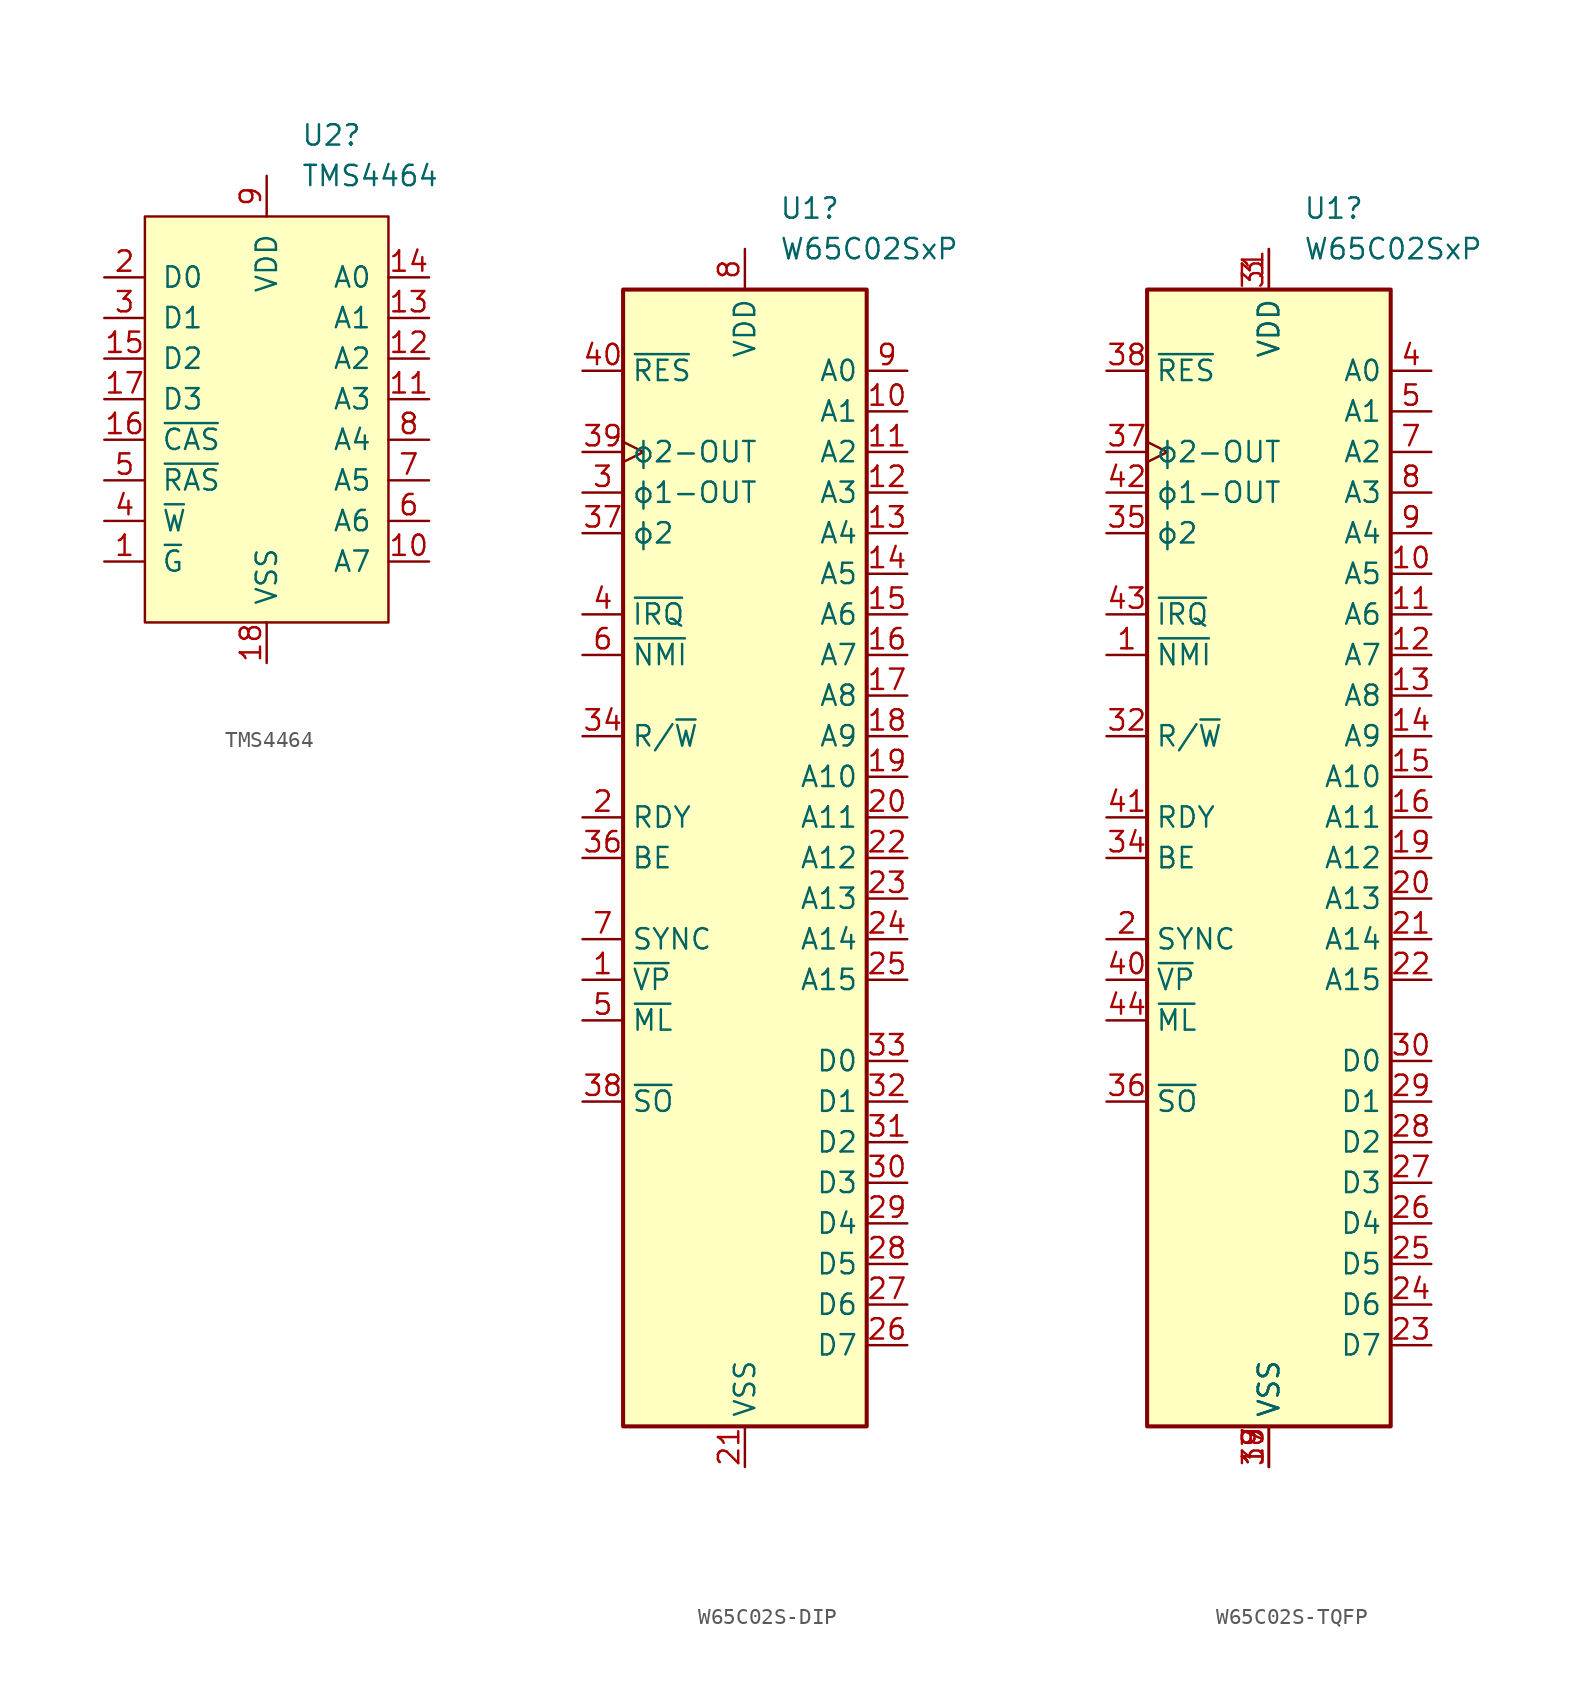
<source format=kicad_sym>
(kicad_symbol_lib
  (version 20241209)
  (generator "kicad_symbol_editor")
  (generator_version "9.0")
  (symbol "TMS4464"
    (pin_names
      (offset 1.016))
    (property "Reference" "U2"
      (at 2.143 17.78 0)
      (effects (font (size 1.27 1.27)) (justify left)))
    (property "Value" "TMS4464"
      (at 2.143 15.24 0)
      (effects (font (size 1.27 1.27)) (justify left)))
    (property "Mouser" ""
      (at 0 0 0)
      (effects (font (size 1.27 1.27))))
    (symbol "TMS4464_0_1"
      (rectangle (start -7.62 12.7) (end 7.62 -12.7) (stroke (width 0) (type default)) (fill (type background))))
    (symbol "TMS4464_1_1"
      (pin tri_state line (at -10.16 8.89 0) (length 2.54) (name "D0" (effects (font (size 1.27 1.27)))) (number "2" (effects (font (size 1.27 1.27)))))
      (pin tri_state line (at -10.16 6.35 0) (length 2.54) (name "D1" (effects (font (size 1.27 1.27)))) (number "3" (effects (font (size 1.27 1.27)))))
      (pin tri_state line (at -10.16 3.81 0) (length 2.54) (name "D2" (effects (font (size 1.27 1.27)))) (number "15" (effects (font (size 1.27 1.27)))))
      (pin tri_state line (at -10.16 1.27 0) (length 2.54) (name "D3" (effects (font (size 1.27 1.27)))) (number "17" (effects (font (size 1.27 1.27)))))
      (pin input line (at -10.16 -1.27 0) (length 2.54) (name "~{CAS}" (effects (font (size 1.27 1.27)))) (number "16" (effects (font (size 1.27 1.27)))))
      (pin input line (at -10.16 -3.81 0) (length 2.54) (name "~{RAS}" (effects (font (size 1.27 1.27)))) (number "5" (effects (font (size 1.27 1.27)))))
      (pin input line (at -10.16 -6.35 0) (length 2.54) (name "~{W}" (effects (font (size 1.27 1.27)))) (number "4" (effects (font (size 1.27 1.27)))))
      (pin input line (at -10.16 -8.89 0) (length 2.54) (name "~{G}" (effects (font (size 1.27 1.27)))) (number "1" (effects (font (size 1.27 1.27)))))
      (pin power_in line (at 0 15.24 270) (length 2.54) (name "VDD" (effects (font (size 1.27 1.27)))) (number "9" (effects (font (size 1.27 1.27)))))
      (pin power_in line (at 0 -15.24 90) (length 2.54) (name "VSS" (effects (font (size 1.27 1.27)))) (number "18" (effects (font (size 1.27 1.27)))))
      (pin input line (at 10.16 8.89 180) (length 2.54) (name "A0" (effects (font (size 1.27 1.27)))) (number "14" (effects (font (size 1.27 1.27)))))
      (pin input line (at 10.16 6.35 180) (length 2.54) (name "A1" (effects (font (size 1.27 1.27)))) (number "13" (effects (font (size 1.27 1.27)))))
      (pin input line (at 10.16 3.81 180) (length 2.54) (name "A2" (effects (font (size 1.27 1.27)))) (number "12" (effects (font (size 1.27 1.27)))))
      (pin input line (at 10.16 1.27 180) (length 2.54) (name "A3" (effects (font (size 1.27 1.27)))) (number "11" (effects (font (size 1.27 1.27)))))
      (pin input line (at 10.16 -1.27 180) (length 2.54) (name "A4" (effects (font (size 1.27 1.27)))) (number "8" (effects (font (size 1.27 1.27)))))
      (pin input line (at 10.16 -3.81 180) (length 2.54) (name "A5" (effects (font (size 1.27 1.27)))) (number "7" (effects (font (size 1.27 1.27)))))
      (pin input line (at 10.16 -6.35 180) (length 2.54) (name "A6" (effects (font (size 1.27 1.27)))) (number "6" (effects (font (size 1.27 1.27)))))
      (pin input line (at 10.16 -8.89 180) (length 2.54) (name "A7" (effects (font (size 1.27 1.27)))) (number "10" (effects (font (size 1.27 1.27)))))))
  (symbol "W65C02S-DIP"
    (property "Reference" "U1"
      (at 2.143 40.64 0)
      (effects (font (size 1.27 1.27)) (justify left)))
    (property "Value" "W65C02SxP"
      (at 2.143 38.1 0)
      (effects (font (size 1.27 1.27)) (justify left)))
    (symbol "W65C02S-DIP_0_1"
      (rectangle (start -7.62 35.56) (end 7.62 -35.56) (stroke (width 0.254) (type default)) (fill (type background))))
    (symbol "W65C02S-DIP_1_0"
      (pin output line (at -10.16 22.86 0) (length 2.54) (name "ϕ1-OUT" (effects (font (size 1.27 1.27)))) (number "3" (effects (font (size 1.27 1.27)))))
      (pin input line (at -10.16 15.24 0) (length 2.54) (name "~{IRQ}" (effects (font (size 1.27 1.27)))) (number "4" (effects (font (size 1.27 1.27)))))
      (pin output line (at -10.16 2.54 0) (length 2.54) (name "RDY" (effects (font (size 1.27 1.27)))) (number "2" (effects (font (size 1.27 1.27)))))
      (pin output line (at -10.16 -7.62 0) (length 2.54) (name "~{VP}" (effects (font (size 1.27 1.27)))) (number "1" (effects (font (size 1.27 1.27)))))
      (pin output line (at -10.16 -10.16 0) (length 2.54) (name "~{ML}" (effects (font (size 1.27 1.27)))) (number "5" (effects (font (size 1.27 1.27)))))
      (pin no_connect line (at -7.62 -27.94 0) (length 2.54) (hide yes) (name "NC" (effects (font (size 1.27 1.27)))) (number "35" (effects (font (size 1.27 1.27))))))
    (symbol "W65C02S-DIP_1_1"
      (pin input line (at -10.16 30.48 0) (length 2.54) (name "~{RES}" (effects (font (size 1.27 1.27)))) (number "40" (effects (font (size 1.27 1.27)))))
      (pin output clock (at -10.16 25.4 0) (length 2.54) (name "ϕ2-OUT" (effects (font (size 1.27 1.27)))) (number "39" (effects (font (size 1.27 1.27)))))
      (pin input line (at -10.16 20.32 0) (length 2.54) (name "ϕ2" (effects (font (size 1.27 1.27)))) (number "37" (effects (font (size 1.27 1.27)))))
      (pin input line (at -10.16 12.7 0) (length 2.54) (name "~{NMI}" (effects (font (size 1.27 1.27)))) (number "6" (effects (font (size 1.27 1.27)))))
      (pin tri_state line (at -10.16 7.62 0) (length 2.54) (name "R/~{W}" (effects (font (size 1.27 1.27)))) (number "34" (effects (font (size 1.27 1.27)))))
      (pin input line (at -10.16 0 0) (length 2.54) (name "BE" (effects (font (size 1.27 1.27)))) (number "36" (effects (font (size 1.27 1.27)))))
      (pin output line (at -10.16 -5.08 0) (length 2.54) (name "SYNC" (effects (font (size 1.27 1.27)))) (number "7" (effects (font (size 1.27 1.27)))))
      (pin input line (at -10.16 -15.24 0) (length 2.54) (name "~{SO}" (effects (font (size 1.27 1.27)))) (number "38" (effects (font (size 1.27 1.27)))))
      (pin power_in line (at 0 38.1 270) (length 2.54) (name "VDD" (effects (font (size 1.27 1.27)))) (number "8" (effects (font (size 1.27 1.27)))))
      (pin power_in line (at 0 -38.1 90) (length 2.54) (name "VSS" (effects (font (size 1.27 1.27)))) (number "21" (effects (font (size 1.27 1.27)))))
      (pin tri_state line (at 10.16 30.48 180) (length 2.54) (name "A0" (effects (font (size 1.27 1.27)))) (number "9" (effects (font (size 1.27 1.27)))))
      (pin tri_state line (at 10.16 27.94 180) (length 2.54) (name "A1" (effects (font (size 1.27 1.27)))) (number "10" (effects (font (size 1.27 1.27)))))
      (pin tri_state line (at 10.16 25.4 180) (length 2.54) (name "A2" (effects (font (size 1.27 1.27)))) (number "11" (effects (font (size 1.27 1.27)))))
      (pin tri_state line (at 10.16 22.86 180) (length 2.54) (name "A3" (effects (font (size 1.27 1.27)))) (number "12" (effects (font (size 1.27 1.27)))))
      (pin tri_state line (at 10.16 20.32 180) (length 2.54) (name "A4" (effects (font (size 1.27 1.27)))) (number "13" (effects (font (size 1.27 1.27)))))
      (pin tri_state line (at 10.16 17.78 180) (length 2.54) (name "A5" (effects (font (size 1.27 1.27)))) (number "14" (effects (font (size 1.27 1.27)))))
      (pin tri_state line (at 10.16 15.24 180) (length 2.54) (name "A6" (effects (font (size 1.27 1.27)))) (number "15" (effects (font (size 1.27 1.27)))))
      (pin tri_state line (at 10.16 12.7 180) (length 2.54) (name "A7" (effects (font (size 1.27 1.27)))) (number "16" (effects (font (size 1.27 1.27)))))
      (pin tri_state line (at 10.16 10.16 180) (length 2.54) (name "A8" (effects (font (size 1.27 1.27)))) (number "17" (effects (font (size 1.27 1.27)))))
      (pin tri_state line (at 10.16 7.62 180) (length 2.54) (name "A9" (effects (font (size 1.27 1.27)))) (number "18" (effects (font (size 1.27 1.27)))))
      (pin tri_state line (at 10.16 5.08 180) (length 2.54) (name "A10" (effects (font (size 1.27 1.27)))) (number "19" (effects (font (size 1.27 1.27)))))
      (pin tri_state line (at 10.16 2.54 180) (length 2.54) (name "A11" (effects (font (size 1.27 1.27)))) (number "20" (effects (font (size 1.27 1.27)))))
      (pin tri_state line (at 10.16 0 180) (length 2.54) (name "A12" (effects (font (size 1.27 1.27)))) (number "22" (effects (font (size 1.27 1.27)))))
      (pin tri_state line (at 10.16 -2.54 180) (length 2.54) (name "A13" (effects (font (size 1.27 1.27)))) (number "23" (effects (font (size 1.27 1.27)))))
      (pin tri_state line (at 10.16 -5.08 180) (length 2.54) (name "A14" (effects (font (size 1.27 1.27)))) (number "24" (effects (font (size 1.27 1.27)))))
      (pin tri_state line (at 10.16 -7.62 180) (length 2.54) (name "A15" (effects (font (size 1.27 1.27)))) (number "25" (effects (font (size 1.27 1.27)))))
      (pin bidirectional line (at 10.16 -12.7 180) (length 2.54) (name "D0" (effects (font (size 1.27 1.27)))) (number "33" (effects (font (size 1.27 1.27)))))
      (pin bidirectional line (at 10.16 -15.24 180) (length 2.54) (name "D1" (effects (font (size 1.27 1.27)))) (number "32" (effects (font (size 1.27 1.27)))))
      (pin bidirectional line (at 10.16 -17.78 180) (length 2.54) (name "D2" (effects (font (size 1.27 1.27)))) (number "31" (effects (font (size 1.27 1.27)))))
      (pin bidirectional line (at 10.16 -20.32 180) (length 2.54) (name "D3" (effects (font (size 1.27 1.27)))) (number "30" (effects (font (size 1.27 1.27)))))
      (pin bidirectional line (at 10.16 -22.86 180) (length 2.54) (name "D4" (effects (font (size 1.27 1.27)))) (number "29" (effects (font (size 1.27 1.27)))))
      (pin bidirectional line (at 10.16 -25.4 180) (length 2.54) (name "D5" (effects (font (size 1.27 1.27)))) (number "28" (effects (font (size 1.27 1.27)))))
      (pin bidirectional line (at 10.16 -27.94 180) (length 2.54) (name "D6" (effects (font (size 1.27 1.27)))) (number "27" (effects (font (size 1.27 1.27)))))
      (pin bidirectional line (at 10.16 -30.48 180) (length 2.54) (name "D7" (effects (font (size 1.27 1.27)))) (number "26" (effects (font (size 1.27 1.27)))))))
  (symbol "W65C02S-TQFP"
    (property "Reference" "U1"
      (at 2.143 40.64 0)
      (effects (font (size 1.27 1.27)) (justify left)))
    (property "Value" "W65C02SxP"
      (at 2.143 38.1 0)
      (effects (font (size 1.27 1.27)) (justify left)))
    (symbol "W65C02S-TQFP_0_1"
      (rectangle (start -7.62 35.56) (end 7.62 -35.56) (stroke (width 0.254) (type default)) (fill (type background))))
    (symbol "W65C02S-TQFP_1_0"
      (pin no_connect line (at -7.62 -27.94 0) (length 2.54) (hide yes) (name "NC" (effects (font (size 1.27 1.27)))) (number "6" (effects (font (size 1.27 1.27)))))
      (pin power_in line (at 0 38.1 270) (length 2.54) (name "VDD" (effects (font (size 1.27 1.27)))) (number "31" (effects (font (size 1.27 1.27)))))
      (pin power_in line (at 0 -38.1 90) (length 2.54) (name "VSS" (effects (font (size 1.27 1.27)))) (number "18" (effects (font (size 1.27 1.27)))))
      (pin power_in line (at 0 -38.1 90) (length 2.54) (name "VSS" (effects (font (size 1.27 1.27)))) (number "39" (effects (font (size 1.27 1.27))))))
    (symbol "W65C02S-TQFP_1_1"
      (pin input line (at -10.16 30.48 0) (length 2.54) (name "~{RES}" (effects (font (size 1.27 1.27)))) (number "38" (effects (font (size 1.27 1.27)))))
      (pin output clock (at -10.16 25.4 0) (length 2.54) (name "ϕ2-OUT" (effects (font (size 1.27 1.27)))) (number "37" (effects (font (size 1.27 1.27)))))
      (pin output line (at -10.16 22.86 0) (length 2.54) (name "ϕ1-OUT" (effects (font (size 1.27 1.27)))) (number "42" (effects (font (size 1.27 1.27)))))
      (pin input line (at -10.16 20.32 0) (length 2.54) (name "ϕ2" (effects (font (size 1.27 1.27)))) (number "35" (effects (font (size 1.27 1.27)))))
      (pin input line (at -10.16 15.24 0) (length 2.54) (name "~{IRQ}" (effects (font (size 1.27 1.27)))) (number "43" (effects (font (size 1.27 1.27)))))
      (pin input line (at -10.16 12.7 0) (length 2.54) (name "~{NMI}" (effects (font (size 1.27 1.27)))) (number "1" (effects (font (size 1.27 1.27)))))
      (pin tri_state line (at -10.16 7.62 0) (length 2.54) (name "R/~{W}" (effects (font (size 1.27 1.27)))) (number "32" (effects (font (size 1.27 1.27)))))
      (pin open_collector line (at -10.16 2.54 0) (length 2.54) (name "RDY" (effects (font (size 1.27 1.27)))) (number "41" (effects (font (size 1.27 1.27)))))
      (pin input line (at -10.16 0 0) (length 2.54) (name "BE" (effects (font (size 1.27 1.27)))) (number "34" (effects (font (size 1.27 1.27)))))
      (pin output line (at -10.16 -5.08 0) (length 2.54) (name "SYNC" (effects (font (size 1.27 1.27)))) (number "2" (effects (font (size 1.27 1.27)))))
      (pin output line (at -10.16 -7.62 0) (length 2.54) (name "~{VP}" (effects (font (size 1.27 1.27)))) (number "40" (effects (font (size 1.27 1.27)))))
      (pin output line (at -10.16 -10.16 0) (length 2.54) (name "~{ML}" (effects (font (size 1.27 1.27)))) (number "44" (effects (font (size 1.27 1.27)))))
      (pin input line (at -10.16 -15.24 0) (length 2.54) (name "~{SO}" (effects (font (size 1.27 1.27)))) (number "36" (effects (font (size 1.27 1.27)))))
      (pin no_connect non_logic (at -7.62 -30.48 0) (length 2.54) (hide yes) (name "NC" (effects (font (size 1.27 1.27)))) (number "33" (effects (font (size 1.27 1.27)))))
      (pin power_in line (at 0 38.1 270) (length 2.54) (name "VDD" (effects (font (size 1.27 1.27)))) (number "3" (effects (font (size 1.27 1.27)))))
      (pin power_in line (at 0 -38.1 90) (length 2.54) (name "VSS" (effects (font (size 1.27 1.27)))) (number "17" (effects (font (size 1.27 1.27)))))
      (pin tri_state line (at 10.16 30.48 180) (length 2.54) (name "A0" (effects (font (size 1.27 1.27)))) (number "4" (effects (font (size 1.27 1.27)))))
      (pin tri_state line (at 10.16 27.94 180) (length 2.54) (name "A1" (effects (font (size 1.27 1.27)))) (number "5" (effects (font (size 1.27 1.27)))))
      (pin tri_state line (at 10.16 25.4 180) (length 2.54) (name "A2" (effects (font (size 1.27 1.27)))) (number "7" (effects (font (size 1.27 1.27)))))
      (pin tri_state line (at 10.16 22.86 180) (length 2.54) (name "A3" (effects (font (size 1.27 1.27)))) (number "8" (effects (font (size 1.27 1.27)))))
      (pin tri_state line (at 10.16 20.32 180) (length 2.54) (name "A4" (effects (font (size 1.27 1.27)))) (number "9" (effects (font (size 1.27 1.27)))))
      (pin tri_state line (at 10.16 17.78 180) (length 2.54) (name "A5" (effects (font (size 1.27 1.27)))) (number "10" (effects (font (size 1.27 1.27)))))
      (pin tri_state line (at 10.16 15.24 180) (length 2.54) (name "A6" (effects (font (size 1.27 1.27)))) (number "11" (effects (font (size 1.27 1.27)))))
      (pin tri_state line (at 10.16 12.7 180) (length 2.54) (name "A7" (effects (font (size 1.27 1.27)))) (number "12" (effects (font (size 1.27 1.27)))))
      (pin tri_state line (at 10.16 10.16 180) (length 2.54) (name "A8" (effects (font (size 1.27 1.27)))) (number "13" (effects (font (size 1.27 1.27)))))
      (pin tri_state line (at 10.16 7.62 180) (length 2.54) (name "A9" (effects (font (size 1.27 1.27)))) (number "14" (effects (font (size 1.27 1.27)))))
      (pin tri_state line (at 10.16 5.08 180) (length 2.54) (name "A10" (effects (font (size 1.27 1.27)))) (number "15" (effects (font (size 1.27 1.27)))))
      (pin tri_state line (at 10.16 2.54 180) (length 2.54) (name "A11" (effects (font (size 1.27 1.27)))) (number "16" (effects (font (size 1.27 1.27)))))
      (pin tri_state line (at 10.16 0 180) (length 2.54) (name "A12" (effects (font (size 1.27 1.27)))) (number "19" (effects (font (size 1.27 1.27)))))
      (pin tri_state line (at 10.16 -2.54 180) (length 2.54) (name "A13" (effects (font (size 1.27 1.27)))) (number "20" (effects (font (size 1.27 1.27)))))
      (pin tri_state line (at 10.16 -5.08 180) (length 2.54) (name "A14" (effects (font (size 1.27 1.27)))) (number "21" (effects (font (size 1.27 1.27)))))
      (pin tri_state line (at 10.16 -7.62 180) (length 2.54) (name "A15" (effects (font (size 1.27 1.27)))) (number "22" (effects (font (size 1.27 1.27)))))
      (pin bidirectional line (at 10.16 -12.7 180) (length 2.54) (name "D0" (effects (font (size 1.27 1.27)))) (number "30" (effects (font (size 1.27 1.27)))))
      (pin bidirectional line (at 10.16 -15.24 180) (length 2.54) (name "D1" (effects (font (size 1.27 1.27)))) (number "29" (effects (font (size 1.27 1.27)))))
      (pin bidirectional line (at 10.16 -17.78 180) (length 2.54) (name "D2" (effects (font (size 1.27 1.27)))) (number "28" (effects (font (size 1.27 1.27)))))
      (pin bidirectional line (at 10.16 -20.32 180) (length 2.54) (name "D3" (effects (font (size 1.27 1.27)))) (number "27" (effects (font (size 1.27 1.27)))))
      (pin bidirectional line (at 10.16 -22.86 180) (length 2.54) (name "D4" (effects (font (size 1.27 1.27)))) (number "26" (effects (font (size 1.27 1.27)))))
      (pin bidirectional line (at 10.16 -25.4 180) (length 2.54) (name "D5" (effects (font (size 1.27 1.27)))) (number "25" (effects (font (size 1.27 1.27)))))
      (pin bidirectional line (at 10.16 -27.94 180) (length 2.54) (name "D6" (effects (font (size 1.27 1.27)))) (number "24" (effects (font (size 1.27 1.27)))))
      (pin bidirectional line (at 10.16 -30.48 180) (length 2.54) (name "D7" (effects (font (size 1.27 1.27)))) (number "23" (effects (font (size 1.27 1.27))))))))
</source>
